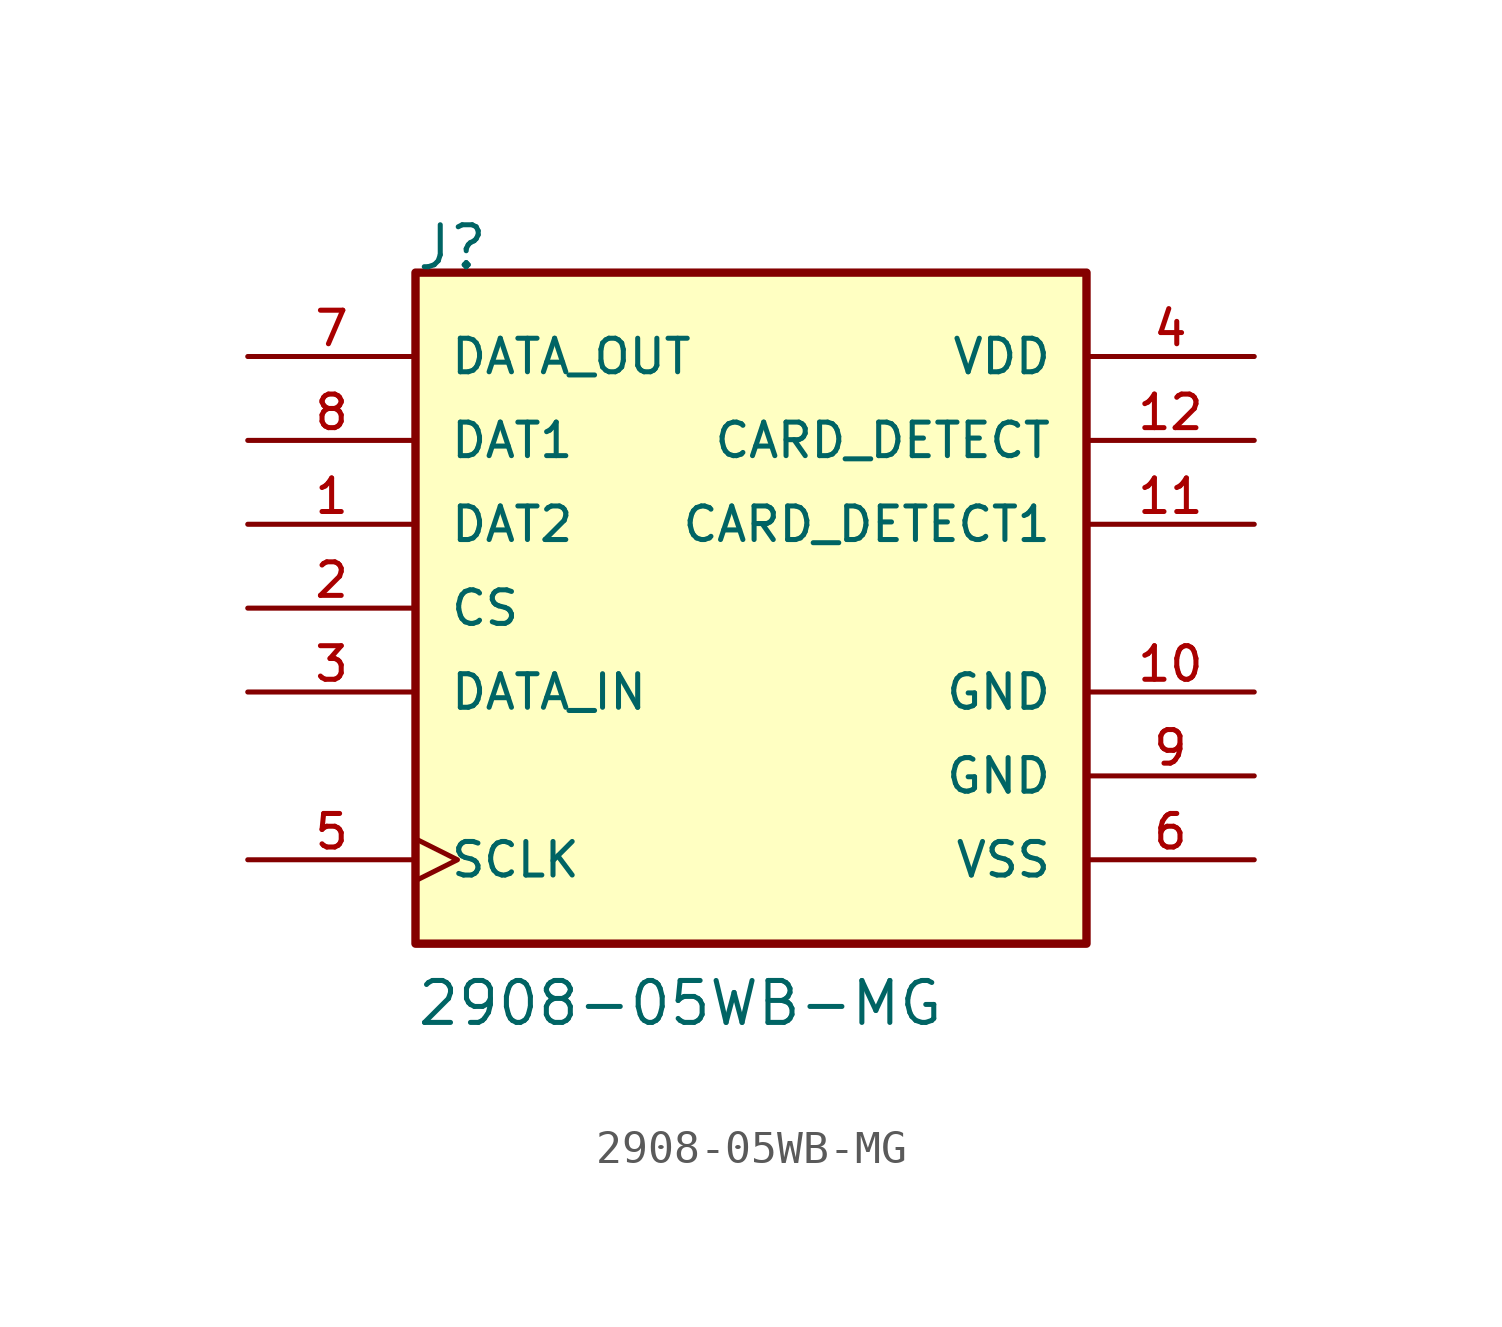
<source format=kicad_sym>
(kicad_symbol_lib
  (version 20231120)
  (generator "kicad_symbol_editor")
  (generator_version "8.0")
  (symbol "2908-05WB-MG"
    (pin_names
      (offset 1.016))
    (property "Reference" "J"
      (at -10.176 10.176 0)
      (effects (font (size 1.27 1.27)) (justify left bottom)))
    (property "Value" "2908-05WB-MG"
      (at -10.168 -12.709 0)
      (effects (font (size 1.27 1.27)) (justify left bottom)))
    (symbol "2908-05WB-MG_0_0"
      (rectangle (start -10.16 -10.16) (end 10.16 10.16) (stroke (width 0.254) (type default)) (fill (type background)))
      (pin bidirectional line (at -15.24 2.54 0) (length 5.08) (name "DAT2" (effects (font (size 1.016 1.016)))) (number "1" (effects (font (size 1.016 1.016)))))
      (pin power_in line (at 15.24 7.62 180) (length 5.08) (name "VDD" (effects (font (size 1.016 1.016)))) (number "4" (effects (font (size 1.016 1.016)))))
      (pin power_in line (at 15.24 -7.62 180) (length 5.08) (name "VSS" (effects (font (size 1.016 1.016)))) (number "6" (effects (font (size 1.016 1.016)))))
      (pin bidirectional line (at -15.24 5.08 0) (length 5.08) (name "DAT1" (effects (font (size 1.016 1.016)))) (number "8" (effects (font (size 1.016 1.016))))))
    (symbol "2908-05WB-MG_1_0"
      (pin power_in line (at 15.24 -2.54 180) (length 5.08) (name "GND" (effects (font (size 1.016 1.016)))) (number "10" (effects (font (size 1.016 1.016)))))
      (pin unspecified line (at 15.24 2.54 180) (length 5.08) (name "CARD_DETECT1" (effects (font (size 1.016 1.016)))) (number "11" (effects (font (size 1.016 1.016)))))
      (pin unspecified line (at 15.24 5.08 180) (length 5.08) (name "CARD_DETECT" (effects (font (size 1.016 1.016)))) (number "12" (effects (font (size 1.016 1.016)))))
      (pin bidirectional line (at -15.24 0 0) (length 5.08) (name "CS" (effects (font (size 1.016 1.016)))) (number "2" (effects (font (size 1.016 1.016)))))
      (pin bidirectional line (at -15.24 -2.54 0) (length 5.08) (name "DATA_IN" (effects (font (size 1.016 1.016)))) (number "3" (effects (font (size 1.016 1.016)))))
      (pin bidirectional clock (at -15.24 -7.62 0) (length 5.08) (name "SCLK" (effects (font (size 1.016 1.016)))) (number "5" (effects (font (size 1.016 1.016)))))
      (pin bidirectional line (at -15.24 7.62 0) (length 5.08) (name "DATA_OUT" (effects (font (size 1.016 1.016)))) (number "7" (effects (font (size 1.016 1.016)))))
      (pin power_in line (at 15.24 -5.08 180) (length 5.08) (name "GND" (effects (font (size 1.016 1.016)))) (number "9" (effects (font (size 1.016 1.016))))))))
</source>
